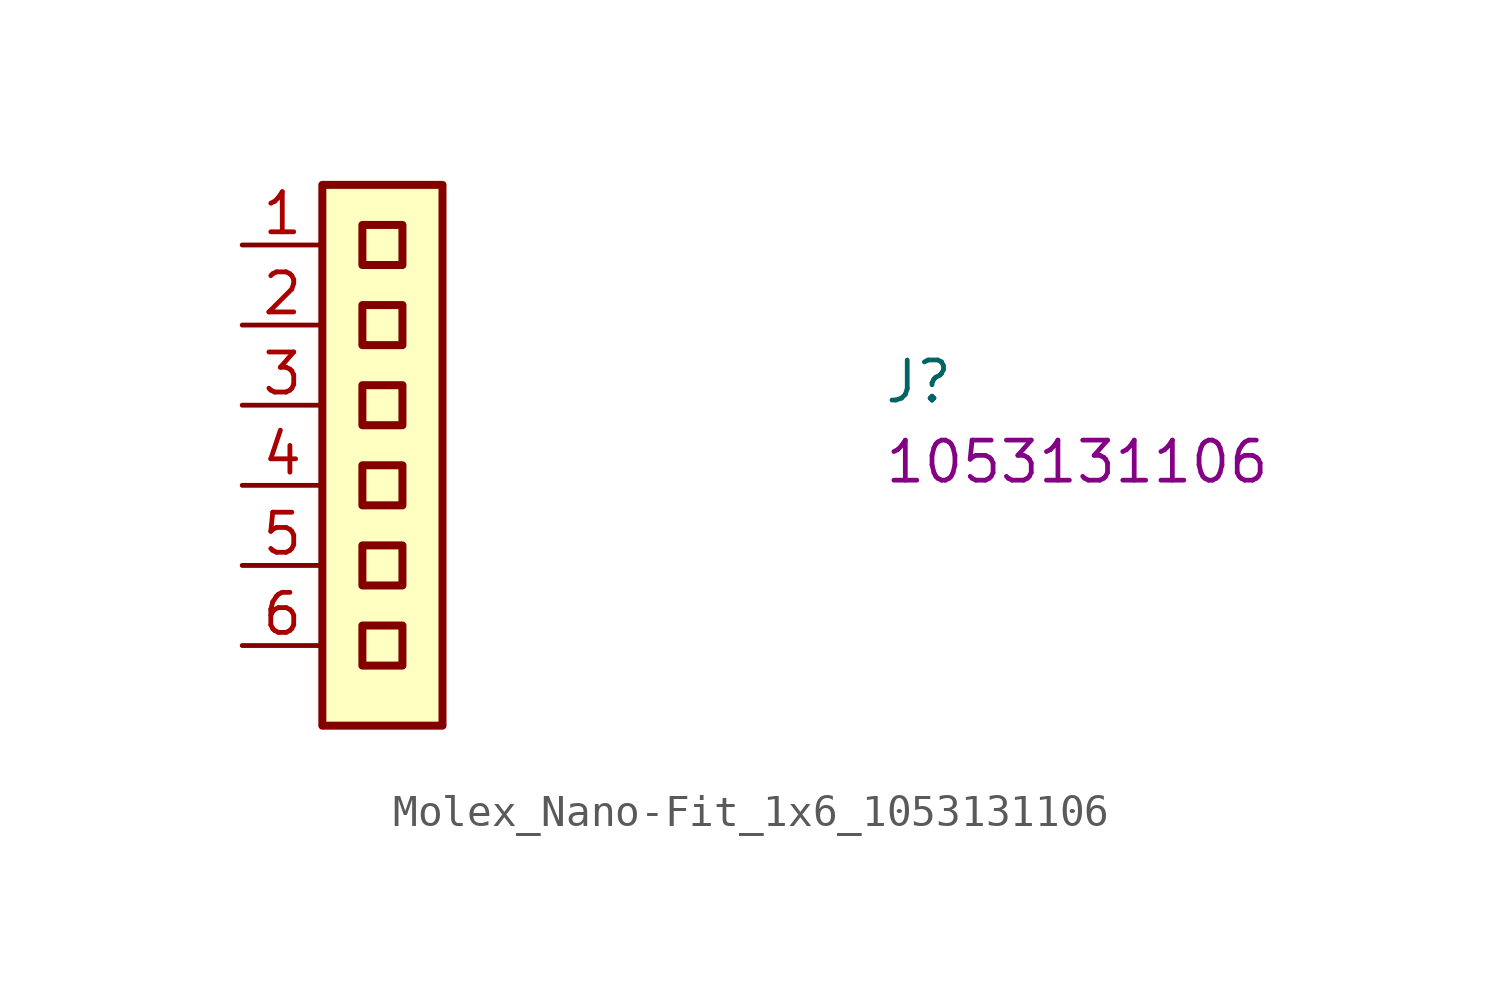
<source format=kicad_sym>
(kicad_symbol_lib
  (version 20220914)
  (generator kicad_symbol_editor)
  (symbol "Molex_Nano-Fit_1x6_1053131106"
    (property "Reference" "J"
      (at 20.32 -5.08 0)
      (effects (font (size 1.27 1.27) (thickness 0.15)) (justify left bottom)))
    (property "MPN" "1053131106"
      (at 20.32 -7.62 0)
      (effects (font (size 1.27 1.27) (thickness 0.15)) (justify left bottom)))
    (symbol "Molex_Nano-Fit_1x6_1053131106_1_1"
      (rectangle (start 2.54 1.905) (end 6.35 -15.24) (stroke (width 0.254) (type default)) (fill (type background)))
      (rectangle (start 3.81 -13.335) (end 5.08 -12.065) (stroke (width 0.254) (type default)) (fill (type background)))
      (rectangle (start 3.81 -10.795) (end 5.08 -9.525) (stroke (width 0.254) (type default)) (fill (type background)))
      (rectangle (start 3.81 -8.255) (end 5.08 -6.985) (stroke (width 0.254) (type default)) (fill (type background)))
      (rectangle (start 3.81 -5.715) (end 5.08 -4.445) (stroke (width 0.254) (type default)) (fill (type background)))
      (rectangle (start 3.81 -3.175) (end 5.08 -1.905) (stroke (width 0.254) (type default)) (fill (type background)))
      (rectangle (start 3.81 -0.635) (end 5.08 0.635) (stroke (width 0.254) (type default)) (fill (type background)))
      (pin passive line (at 0 0 0) (length 2.54) (name "~" (effects (font (size 1.27 1.27)))) (number "1" (effects (font (size 1.27 1.27)))))
      (pin passive line (at 0 -2.54 0) (length 2.54) (name "~" (effects (font (size 1.27 1.27)))) (number "2" (effects (font (size 1.27 1.27)))))
      (pin passive line (at 0 -5.08 0) (length 2.54) (name "~" (effects (font (size 1.27 1.27)))) (number "3" (effects (font (size 1.27 1.27)))))
      (pin passive line (at 0 -7.62 0) (length 2.54) (name "~" (effects (font (size 1.27 1.27)))) (number "4" (effects (font (size 1.27 1.27)))))
      (pin passive line (at 0 -10.16 0) (length 2.54) (name "~" (effects (font (size 1.27 1.27)))) (number "5" (effects (font (size 1.27 1.27)))))
      (pin passive line (at 0 -12.7 0) (length 2.54) (name "~" (effects (font (size 1.27 1.27)))) (number "6" (effects (font (size 1.27 1.27))))))))
</source>
